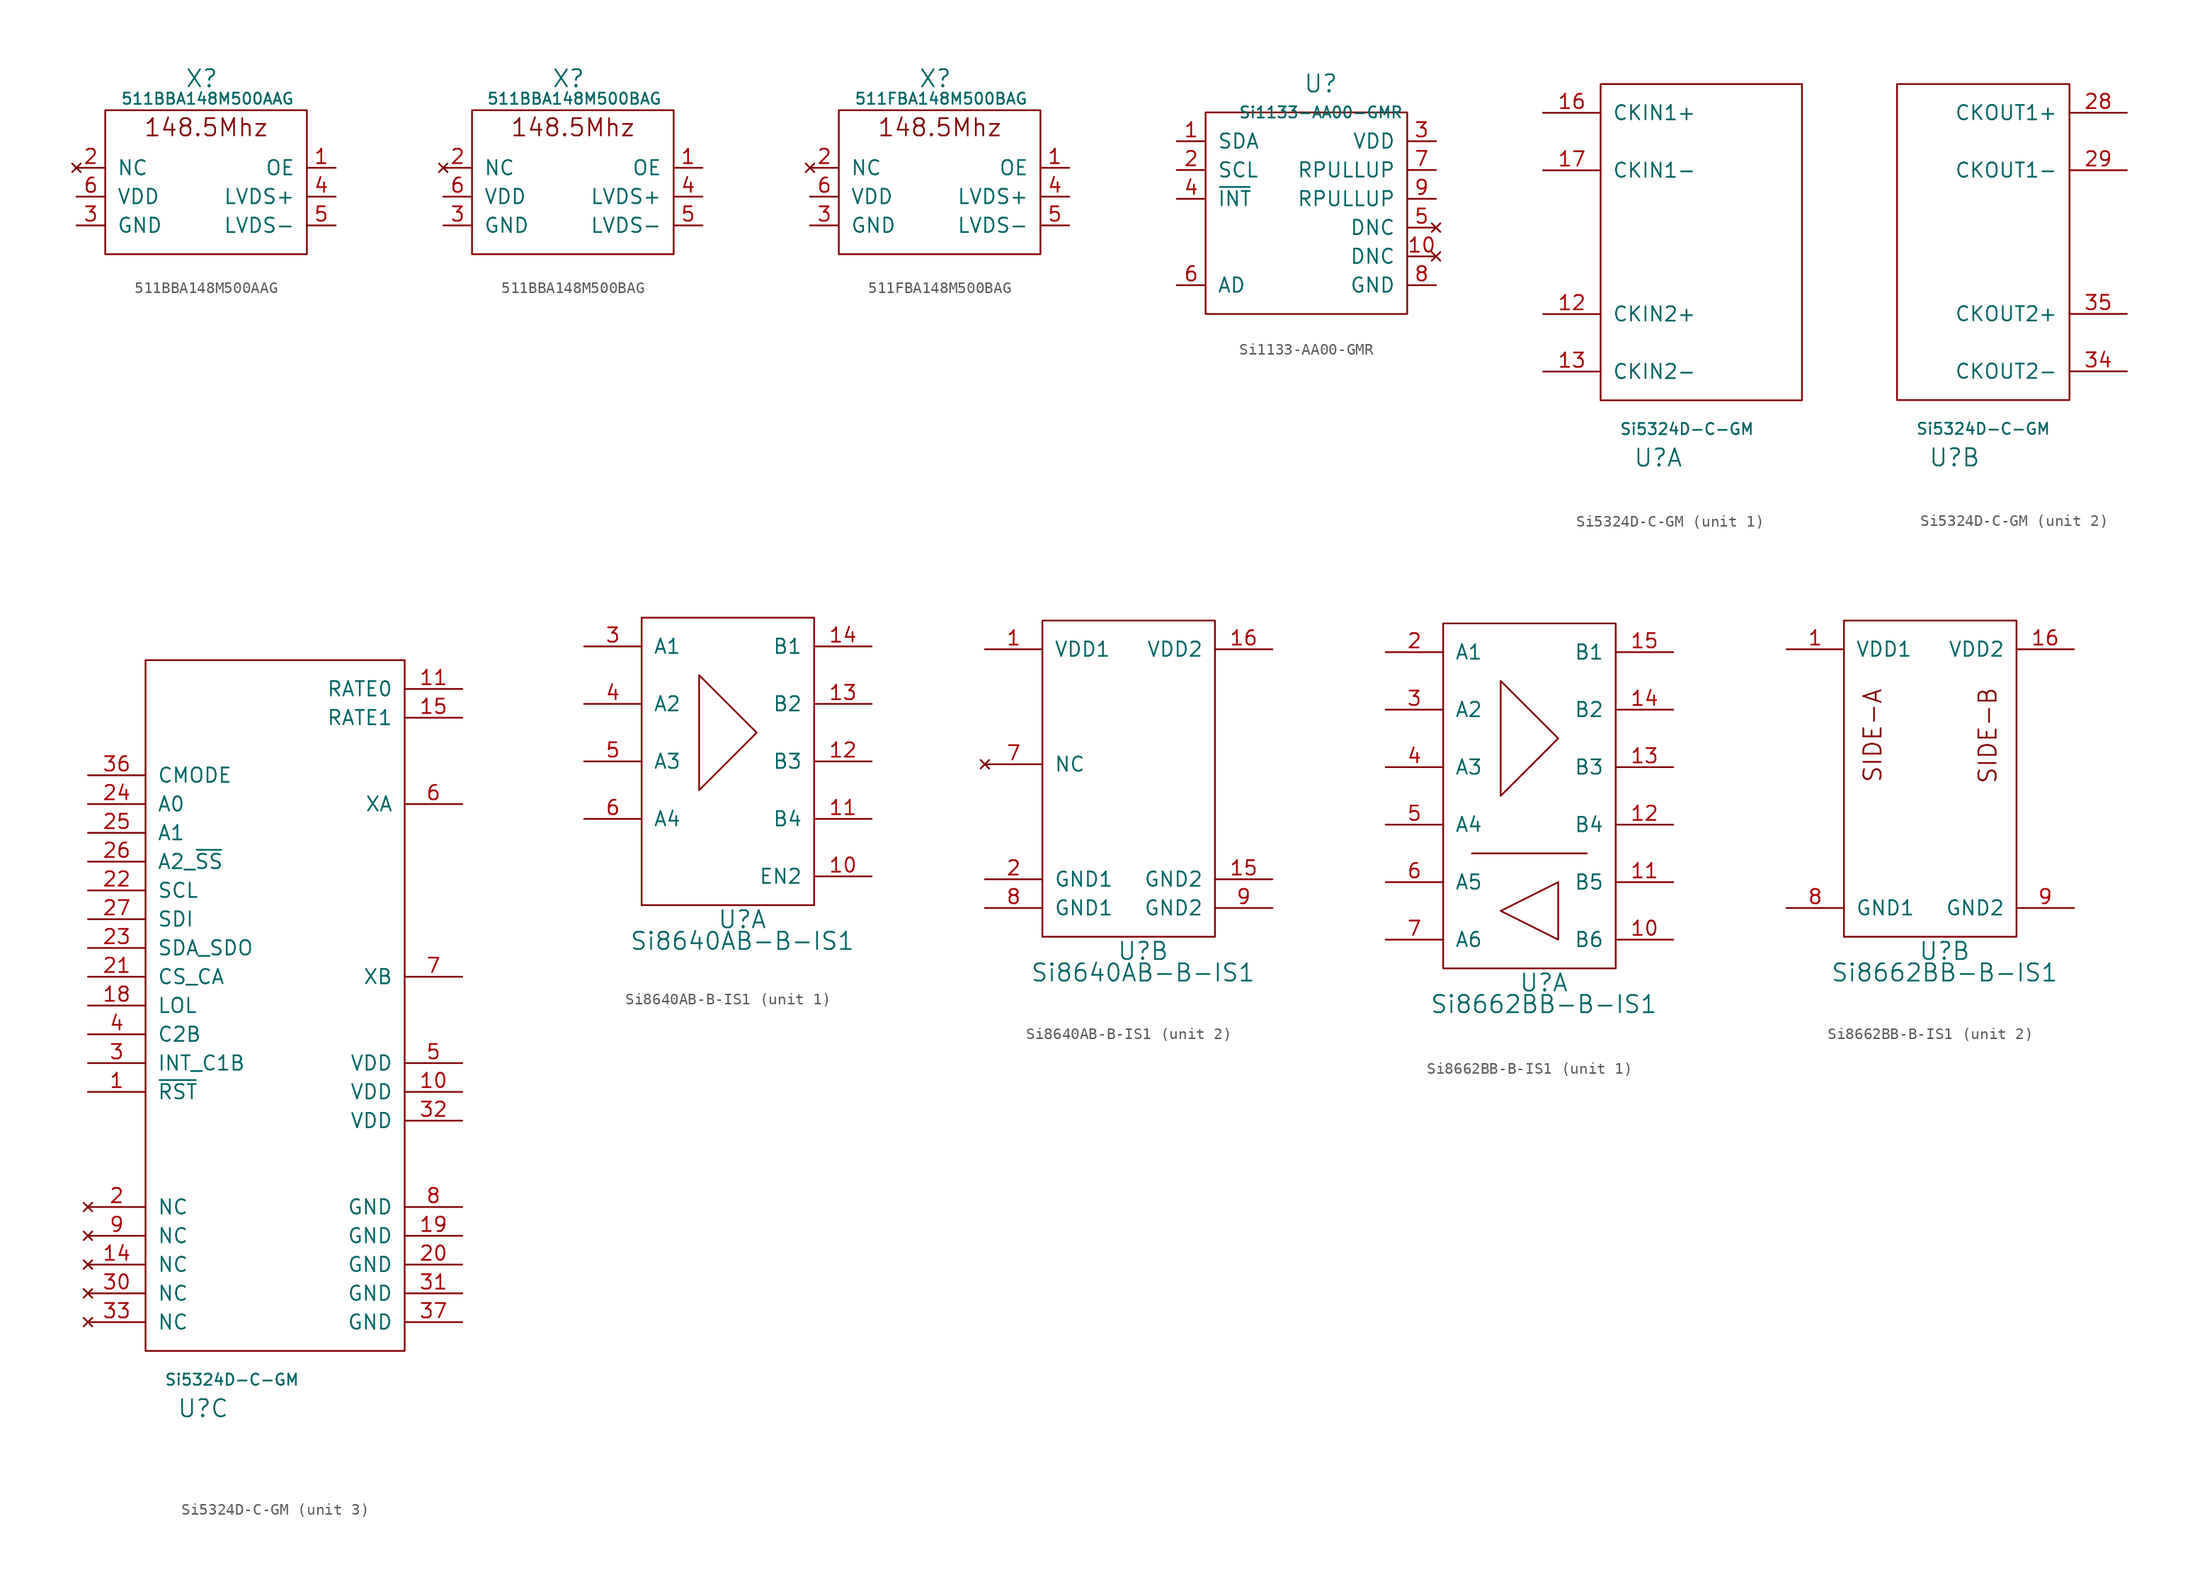
<source format=kicad_sym>
(kicad_symbol_lib
  (version 20220914)
  (generator kicad_symbol_editor)
  (symbol "511BBA148M500AAG"
    (pin_names
      (offset 1.016))
    (property "Reference" "X"
      (at 8.509 15.494 0)
      (effects (font (size 1.524 1.524))))
    (property "Value" "511BBA148M500AAG"
      (at 9.017 13.716 0)
      (effects (font (size 0.991 0.991))))
    (property "Footprint" ""
      (at 0 0 0)
      (effects (font (size 1.524 1.524))))
    (property "Datasheet" ""
      (at 0 0 0)
      (effects (font (size 1.524 1.524))))
    (symbol "511BBA148M500AAG_0_0"
      (text "148.5Mhz" (at 8.89 11.176 0) (effects (font (size 1.524 1.524)))))
    (symbol "511BBA148M500AAG_0_1"
      (rectangle (start 0 0) (end 17.78 12.7) (stroke (width 0) (type solid)) (fill (type none))))
    (symbol "511BBA148M500AAG_1_1"
      (pin input line (at 20.32 7.62 180) (length 2.54) (name "OE" (effects (font (size 1.27 1.27)))) (number "1" (effects (font (size 1.27 1.27)))))
      (pin no_connect line (at -2.54 7.62 0) (length 2.54) (name "NC" (effects (font (size 1.27 1.27)))) (number "2" (effects (font (size 1.27 1.27)))))
      (pin power_in line (at -2.54 2.54 0) (length 2.54) (name "GND" (effects (font (size 1.27 1.27)))) (number "3" (effects (font (size 1.27 1.27)))))
      (pin output line (at 20.32 5.08 180) (length 2.54) (name "LVDS+" (effects (font (size 1.27 1.27)))) (number "4" (effects (font (size 1.27 1.27)))))
      (pin output line (at 20.32 2.54 180) (length 2.54) (name "LVDS-" (effects (font (size 1.27 1.27)))) (number "5" (effects (font (size 1.27 1.27)))))
      (pin power_in line (at -2.54 5.08 0) (length 2.54) (name "VDD" (effects (font (size 1.27 1.27)))) (number "6" (effects (font (size 1.27 1.27)))))))
  (symbol "511BBA148M500BAG"
    (pin_names
      (offset 1.016))
    (property "Reference" "X"
      (at 8.509 15.494 0)
      (effects (font (size 1.524 1.524))))
    (property "Value" "511BBA148M500BAG"
      (at 9.017 13.716 0)
      (effects (font (size 0.991 0.991))))
    (property "Footprint" ""
      (at 0 0 0)
      (effects (font (size 1.524 1.524))))
    (property "Datasheet" ""
      (at 0 0 0)
      (effects (font (size 1.524 1.524))))
    (symbol "511BBA148M500BAG_0_0"
      (text "148.5Mhz" (at 8.89 11.176 0) (effects (font (size 1.524 1.524)))))
    (symbol "511BBA148M500BAG_0_1"
      (rectangle (start 0 0) (end 17.78 12.7) (stroke (width 0) (type solid)) (fill (type none))))
    (symbol "511BBA148M500BAG_1_1"
      (pin input line (at 20.32 7.62 180) (length 2.54) (name "OE" (effects (font (size 1.27 1.27)))) (number "1" (effects (font (size 1.27 1.27)))))
      (pin no_connect line (at -2.54 7.62 0) (length 2.54) (name "NC" (effects (font (size 1.27 1.27)))) (number "2" (effects (font (size 1.27 1.27)))))
      (pin power_in line (at -2.54 2.54 0) (length 2.54) (name "GND" (effects (font (size 1.27 1.27)))) (number "3" (effects (font (size 1.27 1.27)))))
      (pin output line (at 20.32 5.08 180) (length 2.54) (name "LVDS+" (effects (font (size 1.27 1.27)))) (number "4" (effects (font (size 1.27 1.27)))))
      (pin output line (at 20.32 2.54 180) (length 2.54) (name "LVDS-" (effects (font (size 1.27 1.27)))) (number "5" (effects (font (size 1.27 1.27)))))
      (pin power_in line (at -2.54 5.08 0) (length 2.54) (name "VDD" (effects (font (size 1.27 1.27)))) (number "6" (effects (font (size 1.27 1.27)))))))
  (symbol "511FBA148M500BAG"
    (pin_names
      (offset 1.016))
    (property "Reference" "X"
      (at 8.509 15.494 0)
      (effects (font (size 1.524 1.524))))
    (property "Value" "511FBA148M500BAG"
      (at 9.017 13.716 0)
      (effects (font (size 0.991 0.991))))
    (property "Footprint" ""
      (at 0 0 0)
      (effects (font (size 1.524 1.524))))
    (property "Datasheet" ""
      (at 0 0 0)
      (effects (font (size 1.524 1.524))))
    (symbol "511FBA148M500BAG_0_0"
      (text "148.5Mhz" (at 8.89 11.176 0) (effects (font (size 1.524 1.524)))))
    (symbol "511FBA148M500BAG_0_1"
      (rectangle (start 0 0) (end 17.78 12.7) (stroke (width 0) (type solid)) (fill (type none))))
    (symbol "511FBA148M500BAG_1_1"
      (pin input line (at 20.32 7.62 180) (length 2.54) (name "OE" (effects (font (size 1.27 1.27)))) (number "1" (effects (font (size 1.27 1.27)))))
      (pin no_connect line (at -2.54 7.62 0) (length 2.54) (name "NC" (effects (font (size 1.27 1.27)))) (number "2" (effects (font (size 1.27 1.27)))))
      (pin power_in line (at -2.54 2.54 0) (length 2.54) (name "GND" (effects (font (size 1.27 1.27)))) (number "3" (effects (font (size 1.27 1.27)))))
      (pin output line (at 20.32 5.08 180) (length 2.54) (name "LVDS+" (effects (font (size 1.27 1.27)))) (number "4" (effects (font (size 1.27 1.27)))))
      (pin output line (at 20.32 2.54 180) (length 2.54) (name "LVDS-" (effects (font (size 1.27 1.27)))) (number "5" (effects (font (size 1.27 1.27)))))
      (pin power_in line (at -2.54 5.08 0) (length 2.54) (name "VDD" (effects (font (size 1.27 1.27)))) (number "6" (effects (font (size 1.27 1.27)))))))
  (symbol "Si1133-AA00-GMR"
    (pin_names
      (offset 1.016))
    (property "Reference" "U"
      (at 10.16 20.32 0)
      (effects (font (size 1.524 1.524))))
    (property "Value" "Si1133-AA00-GMR"
      (at 10.16 17.78 0)
      (effects (font (size 0.991 0.991))))
    (symbol "Si1133-AA00-GMR_0_1"
      (rectangle (start 0 0) (end 17.78 17.78) (stroke (width 0) (type solid)) (fill (type none))))
    (symbol "Si1133-AA00-GMR_1_1"
      (pin bidirectional line (at -2.54 15.24 0) (length 2.54) (name "SDA" (effects (font (size 1.27 1.27)))) (number "1" (effects (font (size 1.27 1.27)))))
      (pin no_connect line (at 20.32 5.08 180) (length 2.54) (name "DNC" (effects (font (size 1.27 1.27)))) (number "10" (effects (font (size 1.27 1.27)))))
      (pin input line (at -2.54 12.7 0) (length 2.54) (name "SCL" (effects (font (size 1.27 1.27)))) (number "2" (effects (font (size 1.27 1.27)))))
      (pin power_in line (at 20.32 15.24 180) (length 2.54) (name "VDD" (effects (font (size 1.27 1.27)))) (number "3" (effects (font (size 1.27 1.27)))))
      (pin open_collector line (at -2.54 10.16 0) (length 2.54) (name "~{INT}" (effects (font (size 1.27 1.27)))) (number "4" (effects (font (size 1.27 1.27)))))
      (pin no_connect line (at 20.32 7.62 180) (length 2.54) (name "DNC" (effects (font (size 1.27 1.27)))) (number "5" (effects (font (size 1.27 1.27)))))
      (pin input line (at -2.54 2.54 0) (length 2.54) (name "AD" (effects (font (size 1.27 1.27)))) (number "6" (effects (font (size 1.27 1.27)))))
      (pin input line (at 20.32 12.7 180) (length 2.54) (name "RPULLUP" (effects (font (size 1.27 1.27)))) (number "7" (effects (font (size 1.27 1.27)))))
      (pin power_in line (at 20.32 2.54 180) (length 2.54) (name "GND" (effects (font (size 1.27 1.27)))) (number "8" (effects (font (size 1.27 1.27)))))
      (pin input line (at 20.32 10.16 180) (length 2.54) (name "RPULLUP" (effects (font (size 1.27 1.27)))) (number "9" (effects (font (size 1.27 1.27)))))))
  (symbol "Si5324D-C-GM"
    (pin_names
      (offset 1.016))
    (property "Reference" "U"
      (at 5.08 -5.08 0)
      (effects (font (size 1.524 1.524))))
    (property "Value" "Si5324D-C-GM"
      (at 7.62 -2.54 0)
      (effects (font (size 0.991 0.991))))
    (property "Datasheet" ""
      (at 5.08 -5.08 0)
      (effects (font (size 1.524 1.524))))
    (property "ki_locked" ""
      (at 0 0 0)
      (effects (font (size 1.27 1.27))))
    (symbol "Si5324D-C-GM_1_1"
      (rectangle (start -5.08 25.4) (end -5.08 25.4) (stroke (width 0) (type solid)) (fill (type none)))
      (rectangle (start 0 0) (end 17.78 27.94) (stroke (width 0) (type solid)) (fill (type none)))
      (pin input line (at -5.08 7.62 0) (length 5.08) (name "CKIN2+" (effects (font (size 1.27 1.27)))) (number "12" (effects (font (size 1.27 1.27)))))
      (pin input line (at -5.08 2.54 0) (length 5.08) (name "CKIN2-" (effects (font (size 1.27 1.27)))) (number "13" (effects (font (size 1.27 1.27)))))
      (pin input line (at -5.08 25.4 0) (length 5.08) (name "CKIN1+" (effects (font (size 1.27 1.27)))) (number "16" (effects (font (size 1.27 1.27)))))
      (pin input line (at -5.08 20.32 0) (length 5.08) (name "CKIN1-" (effects (font (size 1.27 1.27)))) (number "17" (effects (font (size 1.27 1.27))))))
    (symbol "Si5324D-C-GM_2_1"
      (rectangle (start 0 0) (end 15.24 27.94) (stroke (width 0) (type solid)) (fill (type none)))
      (pin output line (at 20.32 25.4 180) (length 5.08) (name "CKOUT1+" (effects (font (size 1.27 1.27)))) (number "28" (effects (font (size 1.27 1.27)))))
      (pin output line (at 20.32 20.32 180) (length 5.08) (name "CKOUT1-" (effects (font (size 1.27 1.27)))) (number "29" (effects (font (size 1.27 1.27)))))
      (pin output line (at 20.32 2.54 180) (length 5.08) (name "CKOUT2-" (effects (font (size 1.27 1.27)))) (number "34" (effects (font (size 1.27 1.27)))))
      (pin output line (at 20.32 7.62 180) (length 5.08) (name "CKOUT2+" (effects (font (size 1.27 1.27)))) (number "35" (effects (font (size 1.27 1.27))))))
    (symbol "Si5324D-C-GM_3_1"
      (rectangle (start 0 0) (end 22.86 60.96) (stroke (width 0) (type solid)) (fill (type none)))
      (pin input line (at -5.08 22.86 0) (length 5.08) (name "~{RST}" (effects (font (size 1.27 1.27)))) (number "1" (effects (font (size 1.27 1.27)))))
      (pin power_in line (at 27.94 22.86 180) (length 5.08) (name "VDD" (effects (font (size 1.27 1.27)))) (number "10" (effects (font (size 1.27 1.27)))))
      (pin input line (at 27.94 58.42 180) (length 5.08) (name "RATE0" (effects (font (size 1.27 1.27)))) (number "11" (effects (font (size 1.27 1.27)))))
      (pin no_connect line (at -5.08 7.62 0) (length 5.08) (name "NC" (effects (font (size 1.27 1.27)))) (number "14" (effects (font (size 1.27 1.27)))))
      (pin input line (at 27.94 55.88 180) (length 5.08) (name "RATE1" (effects (font (size 1.27 1.27)))) (number "15" (effects (font (size 1.27 1.27)))))
      (pin output line (at -5.08 30.48 0) (length 5.08) (name "LOL" (effects (font (size 1.27 1.27)))) (number "18" (effects (font (size 1.27 1.27)))))
      (pin power_in line (at 27.94 10.16 180) (length 5.08) (name "GND" (effects (font (size 1.27 1.27)))) (number "19" (effects (font (size 1.27 1.27)))))
      (pin no_connect line (at -5.08 12.7 0) (length 5.08) (name "NC" (effects (font (size 1.27 1.27)))) (number "2" (effects (font (size 1.27 1.27)))))
      (pin power_in line (at 27.94 7.62 180) (length 5.08) (name "GND" (effects (font (size 1.27 1.27)))) (number "20" (effects (font (size 1.27 1.27)))))
      (pin input line (at -5.08 33.02 0) (length 5.08) (name "CS_CA" (effects (font (size 1.27 1.27)))) (number "21" (effects (font (size 1.27 1.27)))))
      (pin input line (at -5.08 40.64 0) (length 5.08) (name "SCL" (effects (font (size 1.27 1.27)))) (number "22" (effects (font (size 1.27 1.27)))))
      (pin bidirectional line (at -5.08 35.56 0) (length 5.08) (name "SDA_SDO" (effects (font (size 1.27 1.27)))) (number "23" (effects (font (size 1.27 1.27)))))
      (pin input line (at -5.08 48.26 0) (length 5.08) (name "A0" (effects (font (size 1.27 1.27)))) (number "24" (effects (font (size 1.27 1.27)))))
      (pin input line (at -5.08 45.72 0) (length 5.08) (name "A1" (effects (font (size 1.27 1.27)))) (number "25" (effects (font (size 1.27 1.27)))))
      (pin input line (at -5.08 43.18 0) (length 5.08) (name "A2_~{SS}" (effects (font (size 1.27 1.27)))) (number "26" (effects (font (size 1.27 1.27)))))
      (pin input line (at -5.08 38.1 0) (length 5.08) (name "SDI" (effects (font (size 1.27 1.27)))) (number "27" (effects (font (size 1.27 1.27)))))
      (pin output line (at -5.08 25.4 0) (length 5.08) (name "INT_C1B" (effects (font (size 1.27 1.27)))) (number "3" (effects (font (size 1.27 1.27)))))
      (pin no_connect line (at -5.08 5.08 0) (length 5.08) (name "NC" (effects (font (size 1.27 1.27)))) (number "30" (effects (font (size 1.27 1.27)))))
      (pin power_in line (at 27.94 5.08 180) (length 5.08) (name "GND" (effects (font (size 1.27 1.27)))) (number "31" (effects (font (size 1.27 1.27)))))
      (pin power_in line (at 27.94 20.32 180) (length 5.08) (name "VDD" (effects (font (size 1.27 1.27)))) (number "32" (effects (font (size 1.27 1.27)))))
      (pin no_connect line (at -5.08 2.54 0) (length 5.08) (name "NC" (effects (font (size 1.27 1.27)))) (number "33" (effects (font (size 1.27 1.27)))))
      (pin input line (at -5.08 50.8 0) (length 5.08) (name "CMODE" (effects (font (size 1.27 1.27)))) (number "36" (effects (font (size 1.27 1.27)))))
      (pin power_in line (at 27.94 2.54 180) (length 5.08) (name "GND" (effects (font (size 1.27 1.27)))) (number "37" (effects (font (size 1.27 1.27)))))
      (pin output line (at -5.08 27.94 0) (length 5.08) (name "C2B" (effects (font (size 1.27 1.27)))) (number "4" (effects (font (size 1.27 1.27)))))
      (pin power_in line (at 27.94 25.4 180) (length 5.08) (name "VDD" (effects (font (size 1.27 1.27)))) (number "5" (effects (font (size 1.27 1.27)))))
      (pin passive line (at 27.94 48.26 180) (length 5.08) (name "XA" (effects (font (size 1.27 1.27)))) (number "6" (effects (font (size 1.27 1.27)))))
      (pin passive line (at 27.94 33.02 180) (length 5.08) (name "XB" (effects (font (size 1.27 1.27)))) (number "7" (effects (font (size 1.27 1.27)))))
      (pin power_in line (at 27.94 12.7 180) (length 5.08) (name "GND" (effects (font (size 1.27 1.27)))) (number "8" (effects (font (size 1.27 1.27)))))
      (pin no_connect line (at -5.08 10.16 0) (length 5.08) (name "NC" (effects (font (size 1.27 1.27)))) (number "9" (effects (font (size 1.27 1.27)))))))
  (symbol "Si8640AB-B-IS1"
    (pin_names
      (offset 1.016))
    (property "Reference" "U"
      (at 8.89 -1.27 0)
      (effects (font (size 1.524 1.524))))
    (property "Value" "Si8640AB-B-IS1"
      (at 8.89 -3.175 0)
      (effects (font (size 1.524 1.524))))
    (property "ki_locked" ""
      (at 0 0 0)
      (effects (font (size 1.27 1.27))))
    (symbol "Si8640AB-B-IS1_1_1"
      (polyline (pts (xy 5.08 20.32) (xy 5.08 10.16) (xy 10.16 15.24) (xy 5.08 20.32)) (stroke (width 0) (type solid)) (fill (type none)))
      (rectangle (start 0 0) (end 15.24 25.4) (stroke (width 0) (type solid)) (fill (type none)))
      (pin input line (at 20.32 2.54 180) (length 5.08) (name "EN2" (effects (font (size 1.27 1.27)))) (number "10" (effects (font (size 1.27 1.27)))))
      (pin output line (at 20.32 7.62 180) (length 5.08) (name "B4" (effects (font (size 1.27 1.27)))) (number "11" (effects (font (size 1.27 1.27)))))
      (pin output line (at 20.32 12.7 180) (length 5.08) (name "B3" (effects (font (size 1.27 1.27)))) (number "12" (effects (font (size 1.27 1.27)))))
      (pin output line (at 20.32 17.78 180) (length 5.08) (name "B2" (effects (font (size 1.27 1.27)))) (number "13" (effects (font (size 1.27 1.27)))))
      (pin output line (at 20.32 22.86 180) (length 5.08) (name "B1" (effects (font (size 1.27 1.27)))) (number "14" (effects (font (size 1.27 1.27)))))
      (pin input line (at -5.08 22.86 0) (length 5.08) (name "A1" (effects (font (size 1.27 1.27)))) (number "3" (effects (font (size 1.27 1.27)))))
      (pin input line (at -5.08 17.78 0) (length 5.08) (name "A2" (effects (font (size 1.27 1.27)))) (number "4" (effects (font (size 1.27 1.27)))))
      (pin input line (at -5.08 12.7 0) (length 5.08) (name "A3" (effects (font (size 1.27 1.27)))) (number "5" (effects (font (size 1.27 1.27)))))
      (pin input line (at -5.08 7.62 0) (length 5.08) (name "A4" (effects (font (size 1.27 1.27)))) (number "6" (effects (font (size 1.27 1.27))))))
    (symbol "Si8640AB-B-IS1_2_1"
      (rectangle (start 0 0) (end 15.24 27.94) (stroke (width 0) (type solid)) (fill (type none)))
      (pin power_in line (at -5.08 25.4 0) (length 5.08) (name "VDD1" (effects (font (size 1.27 1.27)))) (number "1" (effects (font (size 1.27 1.27)))))
      (pin power_in line (at 20.32 5.08 180) (length 5.08) (name "GND2" (effects (font (size 1.27 1.27)))) (number "15" (effects (font (size 1.27 1.27)))))
      (pin power_in line (at 20.32 25.4 180) (length 5.08) (name "VDD2" (effects (font (size 1.27 1.27)))) (number "16" (effects (font (size 1.27 1.27)))))
      (pin power_in line (at -5.08 5.08 0) (length 5.08) (name "GND1" (effects (font (size 1.27 1.27)))) (number "2" (effects (font (size 1.27 1.27)))))
      (pin no_connect line (at -5.08 15.24 0) (length 5.08) (name "NC" (effects (font (size 1.27 1.27)))) (number "7" (effects (font (size 1.27 1.27)))))
      (pin power_in line (at -5.08 2.54 0) (length 5.08) (name "GND1" (effects (font (size 1.27 1.27)))) (number "8" (effects (font (size 1.27 1.27)))))
      (pin power_in line (at 20.32 2.54 180) (length 5.08) (name "GND2" (effects (font (size 1.27 1.27)))) (number "9" (effects (font (size 1.27 1.27)))))))
  (symbol "Si8662BB-B-IS1"
    (pin_names
      (offset 1.016))
    (property "Reference" "U"
      (at 8.89 -1.27 0)
      (effects (font (size 1.524 1.524))))
    (property "Value" "Si8662BB-B-IS1"
      (at 8.89 -3.175 0)
      (effects (font (size 1.524 1.524))))
    (property "ki_locked" ""
      (at 0 0 0)
      (effects (font (size 1.27 1.27))))
    (symbol "Si8662BB-B-IS1_1_1"
      (polyline (pts (xy 2.54 10.16) (xy 12.7 10.16)) (stroke (width 0) (type solid)) (fill (type none)))
      (polyline (pts (xy 5.08 5.08) (xy 10.16 7.62) (xy 10.16 2.54) (xy 5.08 5.08)) (stroke (width 0) (type solid)) (fill (type none)))
      (polyline (pts (xy 5.08 25.4) (xy 5.08 15.24) (xy 10.16 20.32) (xy 5.08 25.4)) (stroke (width 0) (type solid)) (fill (type none)))
      (rectangle (start 0 0) (end 15.24 30.48) (stroke (width 0) (type solid)) (fill (type none)))
      (pin input line (at 20.32 2.54 180) (length 5.08) (name "B6" (effects (font (size 1.27 1.27)))) (number "10" (effects (font (size 1.27 1.27)))))
      (pin input line (at 20.32 7.62 180) (length 5.08) (name "B5" (effects (font (size 1.27 1.27)))) (number "11" (effects (font (size 1.27 1.27)))))
      (pin output line (at 20.32 12.7 180) (length 5.08) (name "B4" (effects (font (size 1.27 1.27)))) (number "12" (effects (font (size 1.27 1.27)))))
      (pin output line (at 20.32 17.78 180) (length 5.08) (name "B3" (effects (font (size 1.27 1.27)))) (number "13" (effects (font (size 1.27 1.27)))))
      (pin output line (at 20.32 22.86 180) (length 5.08) (name "B2" (effects (font (size 1.27 1.27)))) (number "14" (effects (font (size 1.27 1.27)))))
      (pin output line (at 20.32 27.94 180) (length 5.08) (name "B1" (effects (font (size 1.27 1.27)))) (number "15" (effects (font (size 1.27 1.27)))))
      (pin input line (at -5.08 27.94 0) (length 5.08) (name "A1" (effects (font (size 1.27 1.27)))) (number "2" (effects (font (size 1.27 1.27)))))
      (pin input line (at -5.08 22.86 0) (length 5.08) (name "A2" (effects (font (size 1.27 1.27)))) (number "3" (effects (font (size 1.27 1.27)))))
      (pin input line (at -5.08 17.78 0) (length 5.08) (name "A3" (effects (font (size 1.27 1.27)))) (number "4" (effects (font (size 1.27 1.27)))))
      (pin input line (at -5.08 12.7 0) (length 5.08) (name "A4" (effects (font (size 1.27 1.27)))) (number "5" (effects (font (size 1.27 1.27)))))
      (pin output line (at -5.08 7.62 0) (length 5.08) (name "A5" (effects (font (size 1.27 1.27)))) (number "6" (effects (font (size 1.27 1.27)))))
      (pin output line (at -5.08 2.54 0) (length 5.08) (name "A6" (effects (font (size 1.27 1.27)))) (number "7" (effects (font (size 1.27 1.27))))))
    (symbol "Si8662BB-B-IS1_2_0"
      (text "SIDE-A" (at 2.54 17.78 900) (effects (font (size 1.524 1.524)))))
    (symbol "Si8662BB-B-IS1_2_1"
      (rectangle (start 0 0) (end 15.24 27.94) (stroke (width 0) (type solid)) (fill (type none)))
      (text "SIDE-B" (at 12.7 17.78 900) (effects (font (size 1.524 1.524))))
      (pin power_in line (at -5.08 25.4 0) (length 5.08) (name "VDD1" (effects (font (size 1.27 1.27)))) (number "1" (effects (font (size 1.27 1.27)))))
      (pin power_in line (at 20.32 25.4 180) (length 5.08) (name "VDD2" (effects (font (size 1.27 1.27)))) (number "16" (effects (font (size 1.27 1.27)))))
      (pin power_in line (at -5.08 2.54 0) (length 5.08) (name "GND1" (effects (font (size 1.27 1.27)))) (number "8" (effects (font (size 1.27 1.27)))))
      (pin power_in line (at 20.32 2.54 180) (length 5.08) (name "GND2" (effects (font (size 1.27 1.27)))) (number "9" (effects (font (size 1.27 1.27))))))))
</source>
